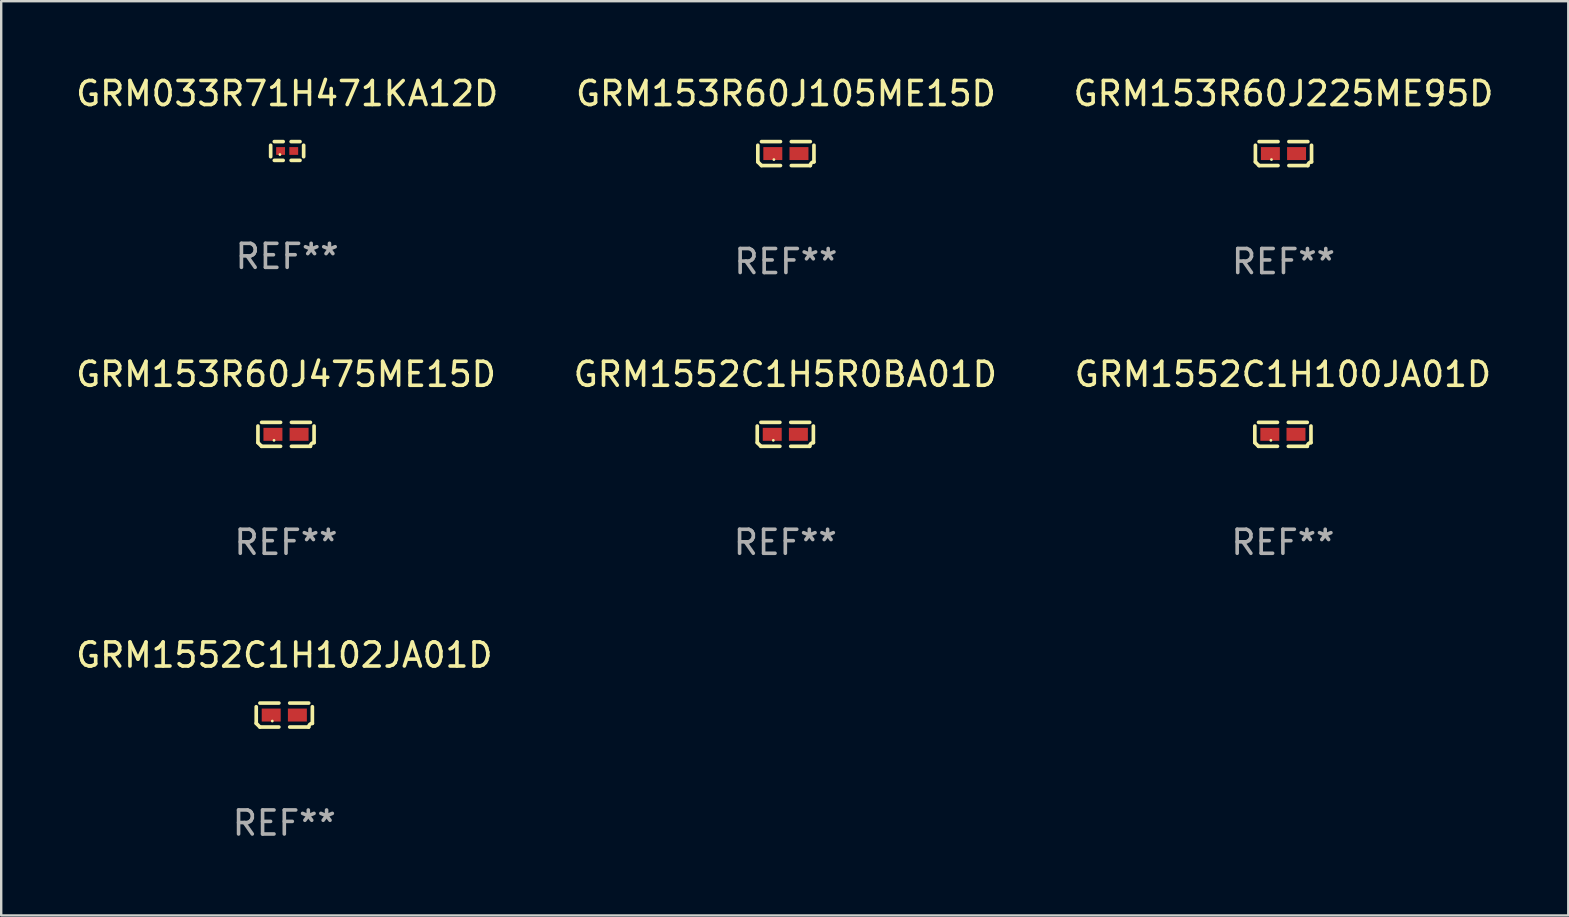
<source format=kicad_pcb>
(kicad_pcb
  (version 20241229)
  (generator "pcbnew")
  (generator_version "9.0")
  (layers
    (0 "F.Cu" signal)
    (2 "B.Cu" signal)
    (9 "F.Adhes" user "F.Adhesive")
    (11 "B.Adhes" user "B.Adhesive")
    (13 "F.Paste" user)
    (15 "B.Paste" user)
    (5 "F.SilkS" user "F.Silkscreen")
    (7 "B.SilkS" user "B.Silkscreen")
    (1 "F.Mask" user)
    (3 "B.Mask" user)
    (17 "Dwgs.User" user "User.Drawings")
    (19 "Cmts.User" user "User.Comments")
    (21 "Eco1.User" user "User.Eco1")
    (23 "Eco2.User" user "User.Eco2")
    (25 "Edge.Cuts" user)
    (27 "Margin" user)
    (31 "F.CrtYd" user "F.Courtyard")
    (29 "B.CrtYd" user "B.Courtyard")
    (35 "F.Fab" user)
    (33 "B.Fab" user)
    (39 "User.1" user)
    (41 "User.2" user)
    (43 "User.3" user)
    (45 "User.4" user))
  (footprint "GRM153R60J475ME15D"
    (layer "F.Cu")
    (at 8.863 15.041)
    (property "Reference" "GRM153R60J475ME15D" (at 0 -2.499 0) (layer "F.SilkS") (effects (font (size 1 1) (thickness 0.15))))
    (attr through_hole)
    (fp_line (start -1.169 0.346) (end -1.169 -0.346) (stroke (width 0.152) (type solid)) (layer "F.SilkS"))
    (fp_line (start -1.016 -0.499) (end -0.226 -0.499) (stroke (width 0.152) (type solid)) (layer "F.SilkS"))
    (fp_line (start -0.226 0.499) (end -1.016 0.499) (stroke (width 0.152) (type solid)) (layer "F.SilkS"))
    (fp_line (start 0.226 0.499) (end 1.016 0.499) (stroke (width 0.152) (type solid)) (layer "F.SilkS"))
    (fp_line (start 1.016 -0.499) (end 0.226 -0.499) (stroke (width 0.152) (type solid)) (layer "F.SilkS"))
    (fp_line (start 1.169 0.346) (end 1.169 -0.346) (stroke (width 0.152) (type solid)) (layer "F.SilkS"))
    (fp_arc (start -1.016307 0.498603) (mid -1.092512 0.422405) (end -1.16871 0.3462) (stroke (width 0.1524) (type solid)) (layer "F.SilkS"))
    (fp_arc (start 1.016307 0.498603) (mid 1.060899 0.390758) (end 1.168707 0.346076) (stroke (width 0.1524) (type solid)) (layer "F.SilkS"))
    (fp_circle (center -0.5 0.25) (end -0.47 0.25) (stroke (width 0.06) (type solid)) (fill no) (layer "F.SilkS"))
    (fp_text user "REF**" (at 0 4.499 0) (layer "F.Fab") (effects (font (size 1 1) (thickness 0.15))))
    (pad "1" smd rect (at -0.545 0) (size 0.79 0.54) (layers "F.Cu" "F.Mask" "F.Paste"))
    (pad "2" smd rect (at 0.545 0) (size 0.79 0.54) (layers "F.Cu" "F.Mask" "F.Paste")))
  (footprint "GRM1552C1H5R0BA01D"
    (layer "F.Cu")
    (at 29.661 15.041)
    (property "Reference" "GRM1552C1H5R0BA01D" (at 0 -2.499 0) (layer "F.SilkS") (effects (font (size 1 1) (thickness 0.15))))
    (attr through_hole)
    (fp_line (start -1.169 0.346) (end -1.169 -0.346) (stroke (width 0.152) (type solid)) (layer "F.SilkS"))
    (fp_line (start -1.016 -0.499) (end -0.226 -0.499) (stroke (width 0.152) (type solid)) (layer "F.SilkS"))
    (fp_line (start -0.226 0.499) (end -1.016 0.499) (stroke (width 0.152) (type solid)) (layer "F.SilkS"))
    (fp_line (start 0.226 0.499) (end 1.016 0.499) (stroke (width 0.152) (type solid)) (layer "F.SilkS"))
    (fp_line (start 1.016 -0.499) (end 0.226 -0.499) (stroke (width 0.152) (type solid)) (layer "F.SilkS"))
    (fp_line (start 1.169 0.346) (end 1.169 -0.346) (stroke (width 0.152) (type solid)) (layer "F.SilkS"))
    (fp_arc (start -1.016307 0.498603) (mid -1.092512 0.422405) (end -1.16871 0.3462) (stroke (width 0.1524) (type solid)) (layer "F.SilkS"))
    (fp_arc (start 1.016307 0.498603) (mid 1.060899 0.390758) (end 1.168707 0.346076) (stroke (width 0.1524) (type solid)) (layer "F.SilkS"))
    (fp_circle (center -0.5 0.25) (end -0.47 0.25) (stroke (width 0.06) (type solid)) (fill no) (layer "F.SilkS"))
    (fp_text user "REF**" (at 0 4.499 0) (layer "F.Fab") (effects (font (size 1 1) (thickness 0.15))))
    (pad "1" smd rect (at -0.545 0) (size 0.79 0.54) (layers "F.Cu" "F.Mask" "F.Paste"))
    (pad "2" smd rect (at 0.545 0) (size 0.79 0.54) (layers "F.Cu" "F.Mask" "F.Paste")))
  (footprint "GRM1552C1H100JA01D"
    (layer "F.Cu")
    (at 50.387 15.041)
    (property "Reference" "GRM1552C1H100JA01D" (at 0 -2.499 0) (layer "F.SilkS") (effects (font (size 1 1) (thickness 0.15))))
    (attr through_hole)
    (fp_line (start -1.169 0.346) (end -1.169 -0.346) (stroke (width 0.152) (type solid)) (layer "F.SilkS"))
    (fp_line (start -1.016 -0.499) (end -0.226 -0.499) (stroke (width 0.152) (type solid)) (layer "F.SilkS"))
    (fp_line (start -0.226 0.499) (end -1.016 0.499) (stroke (width 0.152) (type solid)) (layer "F.SilkS"))
    (fp_line (start 0.226 0.499) (end 1.016 0.499) (stroke (width 0.152) (type solid)) (layer "F.SilkS"))
    (fp_line (start 1.016 -0.499) (end 0.226 -0.499) (stroke (width 0.152) (type solid)) (layer "F.SilkS"))
    (fp_line (start 1.169 0.346) (end 1.169 -0.346) (stroke (width 0.152) (type solid)) (layer "F.SilkS"))
    (fp_arc (start -1.016307 0.498603) (mid -1.092512 0.422405) (end -1.16871 0.3462) (stroke (width 0.1524) (type solid)) (layer "F.SilkS"))
    (fp_arc (start 1.016307 0.498603) (mid 1.060899 0.390758) (end 1.168707 0.346076) (stroke (width 0.1524) (type solid)) (layer "F.SilkS"))
    (fp_circle (center -0.5 0.25) (end -0.47 0.25) (stroke (width 0.06) (type solid)) (fill no) (layer "F.SilkS"))
    (fp_text user "REF**" (at 0 4.499 0) (layer "F.Fab") (effects (font (size 1 1) (thickness 0.15))))
    (pad "1" smd rect (at -0.545 0) (size 0.79 0.54) (layers "F.Cu" "F.Mask" "F.Paste"))
    (pad "2" smd rect (at 0.545 0) (size 0.79 0.54) (layers "F.Cu" "F.Mask" "F.Paste")))
  (footprint "GRM1552C1H102JA01D"
    (layer "F.Cu")
    (at 8.792 26.734)
    (property "Reference" "GRM1552C1H102JA01D" (at 0 -2.499 0) (layer "F.SilkS") (effects (font (size 1 1) (thickness 0.15))))
    (attr through_hole)
    (fp_line (start -1.169 0.346) (end -1.169 -0.346) (stroke (width 0.152) (type solid)) (layer "F.SilkS"))
    (fp_line (start -1.016 -0.499) (end -0.226 -0.499) (stroke (width 0.152) (type solid)) (layer "F.SilkS"))
    (fp_line (start -0.226 0.499) (end -1.016 0.499) (stroke (width 0.152) (type solid)) (layer "F.SilkS"))
    (fp_line (start 0.226 0.499) (end 1.016 0.499) (stroke (width 0.152) (type solid)) (layer "F.SilkS"))
    (fp_line (start 1.016 -0.499) (end 0.226 -0.499) (stroke (width 0.152) (type solid)) (layer "F.SilkS"))
    (fp_line (start 1.169 0.346) (end 1.169 -0.346) (stroke (width 0.152) (type solid)) (layer "F.SilkS"))
    (fp_arc (start -1.016307 0.498603) (mid -1.092512 0.422405) (end -1.16871 0.3462) (stroke (width 0.1524) (type solid)) (layer "F.SilkS"))
    (fp_arc (start 1.016307 0.498603) (mid 1.060899 0.390758) (end 1.168707 0.346076) (stroke (width 0.1524) (type solid)) (layer "F.SilkS"))
    (fp_circle (center -0.5 0.25) (end -0.47 0.25) (stroke (width 0.06) (type solid)) (fill no) (layer "F.SilkS"))
    (fp_text user "REF**" (at 0 4.499 0) (layer "F.Fab") (effects (font (size 1 1) (thickness 0.15))))
    (pad "1" smd rect (at -0.545 0) (size 0.79 0.54) (layers "F.Cu" "F.Mask" "F.Paste"))
    (pad "2" smd rect (at 0.545 0) (size 0.79 0.54) (layers "F.Cu" "F.Mask" "F.Paste")))
  (footprint "GRM153R60J105ME15D"
    (layer "F.Cu")
    (at 29.685 3.347)
    (property "Reference" "GRM153R60J105ME15D" (at 0 -2.499 0) (layer "F.SilkS") (effects (font (size 1 1) (thickness 0.15))))
    (attr through_hole)
    (fp_line (start -1.169 0.346) (end -1.169 -0.346) (stroke (width 0.152) (type solid)) (layer "F.SilkS"))
    (fp_line (start -1.016 -0.499) (end -0.226 -0.499) (stroke (width 0.152) (type solid)) (layer "F.SilkS"))
    (fp_line (start -0.226 0.499) (end -1.016 0.499) (stroke (width 0.152) (type solid)) (layer "F.SilkS"))
    (fp_line (start 0.226 0.499) (end 1.016 0.499) (stroke (width 0.152) (type solid)) (layer "F.SilkS"))
    (fp_line (start 1.016 -0.499) (end 0.226 -0.499) (stroke (width 0.152) (type solid)) (layer "F.SilkS"))
    (fp_line (start 1.169 0.346) (end 1.169 -0.346) (stroke (width 0.152) (type solid)) (layer "F.SilkS"))
    (fp_arc (start -1.016307 0.498603) (mid -1.092512 0.422405) (end -1.16871 0.3462) (stroke (width 0.1524) (type solid)) (layer "F.SilkS"))
    (fp_arc (start 1.016307 0.498603) (mid 1.060899 0.390758) (end 1.168707 0.346076) (stroke (width 0.1524) (type solid)) (layer "F.SilkS"))
    (fp_circle (center -0.5 0.25) (end -0.47 0.25) (stroke (width 0.06) (type solid)) (fill no) (layer "F.SilkS"))
    (fp_text user "REF**" (at 0 4.499 0) (layer "F.Fab") (effects (font (size 1 1) (thickness 0.15))))
    (pad "1" smd rect (at -0.545 0) (size 0.79 0.54) (layers "F.Cu" "F.Mask" "F.Paste"))
    (pad "2" smd rect (at 0.545 0) (size 0.79 0.54) (layers "F.Cu" "F.Mask" "F.Paste")))
  (footprint "GRM153R60J225ME95D"
    (layer "F.Cu")
    (at 50.411 3.347)
    (property "Reference" "GRM153R60J225ME95D" (at 0 -2.499 0) (layer "F.SilkS") (effects (font (size 1 1) (thickness 0.15))))
    (attr through_hole)
    (fp_line (start -1.169 0.346) (end -1.169 -0.346) (stroke (width 0.152) (type solid)) (layer "F.SilkS"))
    (fp_line (start -1.016 -0.499) (end -0.226 -0.499) (stroke (width 0.152) (type solid)) (layer "F.SilkS"))
    (fp_line (start -0.226 0.499) (end -1.016 0.499) (stroke (width 0.152) (type solid)) (layer "F.SilkS"))
    (fp_line (start 0.226 0.499) (end 1.016 0.499) (stroke (width 0.152) (type solid)) (layer "F.SilkS"))
    (fp_line (start 1.016 -0.499) (end 0.226 -0.499) (stroke (width 0.152) (type solid)) (layer "F.SilkS"))
    (fp_line (start 1.169 0.346) (end 1.169 -0.346) (stroke (width 0.152) (type solid)) (layer "F.SilkS"))
    (fp_arc (start -1.016307 0.498603) (mid -1.092512 0.422405) (end -1.16871 0.3462) (stroke (width 0.1524) (type solid)) (layer "F.SilkS"))
    (fp_arc (start 1.016307 0.498603) (mid 1.060899 0.390758) (end 1.168707 0.346076) (stroke (width 0.1524) (type solid)) (layer "F.SilkS"))
    (fp_circle (center -0.5 0.25) (end -0.47 0.25) (stroke (width 0.06) (type solid)) (fill no) (layer "F.SilkS"))
    (fp_text user "REF**" (at 0 4.499 0) (layer "F.Fab") (effects (font (size 1 1) (thickness 0.15))))
    (pad "1" smd rect (at -0.545 0) (size 0.79 0.54) (layers "F.Cu" "F.Mask" "F.Paste"))
    (pad "2" smd rect (at 0.545 0) (size 0.79 0.54) (layers "F.Cu" "F.Mask" "F.Paste")))
  (footprint "GRM033R71H471KA12D"
    (layer "F.Cu")
    (at 8.911 3.239)
    (property "Reference" "GRM033R71H471KA12D" (at 0 -2.391 0) (layer "F.SilkS") (effects (font (size 1 1) (thickness 0.15))))
    (attr through_hole)
    (fp_line (start -0.687 0.238) (end -0.687 -0.238) (stroke (width 0.152) (type solid)) (layer "F.SilkS"))
    (fp_line (start -0.535 -0.391) (end -0.166 -0.391) (stroke (width 0.152) (type solid)) (layer "F.SilkS"))
    (fp_line (start -0.166 0.391) (end -0.535 0.391) (stroke (width 0.152) (type solid)) (layer "F.SilkS"))
    (fp_line (start 0.166 0.391) (end 0.535 0.391) (stroke (width 0.152) (type solid)) (layer "F.SilkS"))
    (fp_line (start 0.535 -0.391) (end 0.166 -0.391) (stroke (width 0.152) (type solid)) (layer "F.SilkS"))
    (fp_line (start 0.687 0.238) (end 0.687 -0.238) (stroke (width 0.152) (type solid)) (layer "F.SilkS"))
    (fp_circle (center -0.3 0.15) (end -0.27 0.15) (stroke (width 0.06) (type solid)) (fill no) (layer "F.SilkS"))
    (fp_text user "REF**" (at 0 4.391 0) (layer "F.Fab") (effects (font (size 1 1) (thickness 0.15))))
    (pad "1" smd rect (at -0.274 0) (size 0.368 0.324) (layers "F.Cu" "F.Mask" "F.Paste"))
    (pad "2" smd rect (at 0.274 0) (size 0.368 0.324) (layers "F.Cu" "F.Mask" "F.Paste")))
  (gr_rect
    (start -3 -3)
    (end 62.274 35.081)
    (stroke (width 0.1) (type default))
    (fill no)
    (layer "Edge.Cuts")))
</source>
